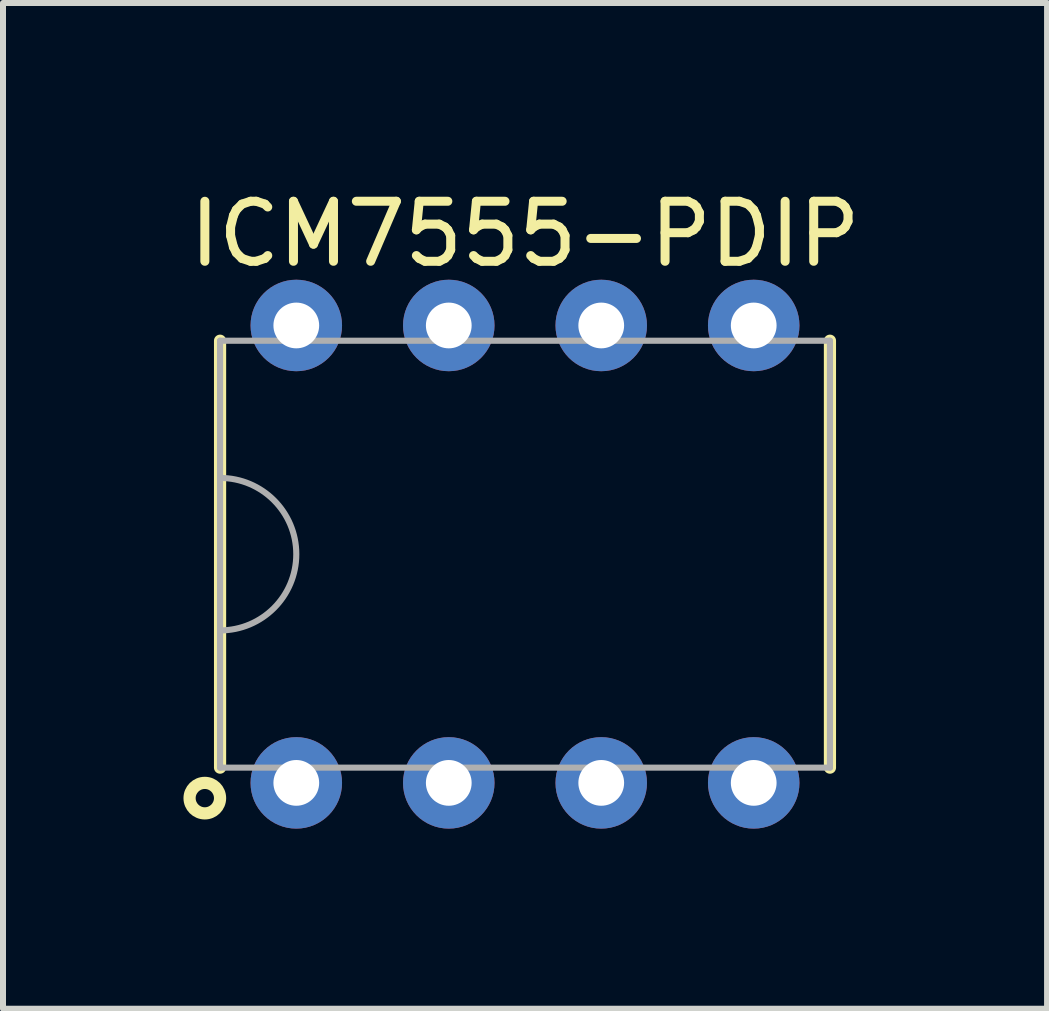
<source format=kicad_pcb>
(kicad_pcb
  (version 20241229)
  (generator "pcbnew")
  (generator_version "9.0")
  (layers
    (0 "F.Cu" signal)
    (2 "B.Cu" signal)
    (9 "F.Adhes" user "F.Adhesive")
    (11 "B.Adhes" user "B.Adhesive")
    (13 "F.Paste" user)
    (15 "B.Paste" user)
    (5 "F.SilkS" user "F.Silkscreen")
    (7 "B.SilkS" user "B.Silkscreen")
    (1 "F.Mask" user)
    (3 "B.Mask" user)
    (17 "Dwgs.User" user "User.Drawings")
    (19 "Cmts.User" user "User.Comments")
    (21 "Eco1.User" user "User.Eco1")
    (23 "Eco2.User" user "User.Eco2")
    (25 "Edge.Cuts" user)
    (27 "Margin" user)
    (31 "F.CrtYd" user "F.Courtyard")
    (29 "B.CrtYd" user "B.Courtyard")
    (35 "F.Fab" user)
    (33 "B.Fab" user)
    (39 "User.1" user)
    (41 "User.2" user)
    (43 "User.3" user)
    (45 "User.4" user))
  (footprint "ICM7555-PDIP"
    (layer "F.Cu")
    (at 5.696 6.182)
    (property "Reference" "ICM7555-PDIP" (at 0 -5.334 0) (layer "F.SilkS") (effects (font (size 1 1) (thickness 0.15))))
    (attr through_hole)
    (fp_line (start -5.08 3.556) (end -5.08 -3.556) (stroke (width 0.203) (type solid)) (layer "F.SilkS"))
    (fp_line (start 5.08 3.556) (end 5.08 -3.556) (stroke (width 0.203) (type solid)) (layer "F.SilkS"))
    (fp_circle (center -5.334 4.064) (end -5.334 3.81) (stroke (width 0.203) (type solid)) (fill no) (layer "F.SilkS"))
    (fp_line (start -5.08 3.556) (end -5.08 -3.556) (stroke (width 0.102) (type solid)) (layer "F.Fab"))
    (fp_line (start 5.08 -3.556) (end -5.08 -3.556) (stroke (width 0.102) (type solid)) (layer "F.Fab"))
    (fp_line (start 5.08 3.556) (end -5.08 3.556) (stroke (width 0.102) (type solid)) (layer "F.Fab"))
    (fp_line (start 5.08 3.556) (end 5.08 -3.556) (stroke (width 0.102) (type solid)) (layer "F.Fab"))
    (fp_arc (start -5.08 -1.27) (mid -3.81 0) (end -5.08 1.27) (stroke (width 0.1016) (type solid)) (layer "F.Fab"))
    (pad "1" thru_hole circle (at -3.81 3.81) (size 1.524 1.524) (drill 0.762) (layers "*.Cu" "*.Mask"))
    (pad "2" thru_hole circle (at -1.27 3.81) (size 1.524 1.524) (drill 0.762) (layers "*.Cu" "*.Mask"))
    (pad "3" thru_hole circle (at 1.27 3.81) (size 1.524 1.524) (drill 0.762) (layers "*.Cu" "*.Mask"))
    (pad "4" thru_hole circle (at 3.81 3.81) (size 1.524 1.524) (drill 0.762) (layers "*.Cu" "*.Mask"))
    (pad "5" thru_hole circle (at 3.81 -3.81) (size 1.524 1.524) (drill 0.762) (layers "*.Cu" "*.Mask"))
    (pad "6" thru_hole circle (at 1.27 -3.81) (size 1.524 1.524) (drill 0.762) (layers "*.Cu" "*.Mask"))
    (pad "7" thru_hole circle (at -1.27 -3.81) (size 1.524 1.524) (drill 0.762) (layers "*.Cu" "*.Mask"))
    (pad "8" thru_hole circle (at -3.81 -3.81) (size 1.524 1.524) (drill 0.762) (layers "*.Cu" "*.Mask")))
  (gr_rect
    (start -3 -3)
    (end 14.393 13.754)
    (stroke (width 0.1) (type default))
    (fill no)
    (layer "Edge.Cuts")))
</source>
